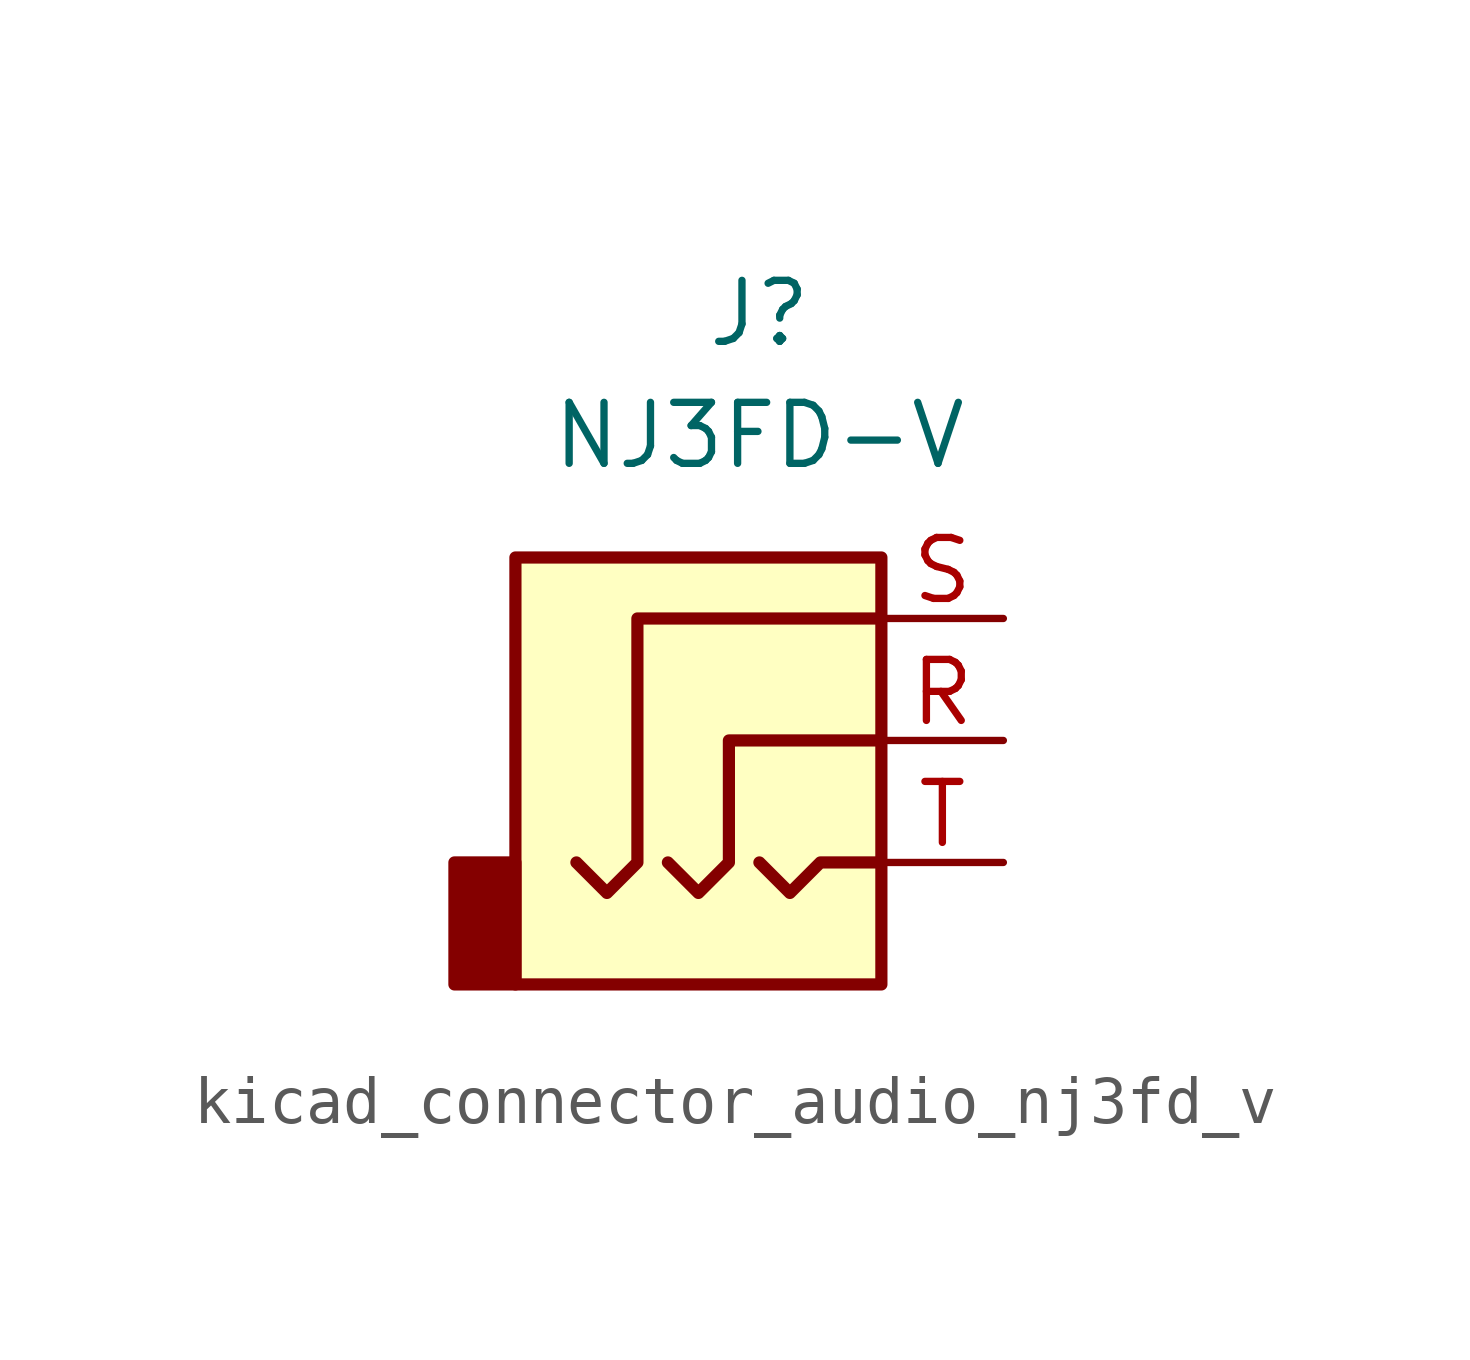
<source format=kicad_sym>
(kicad_symbol_lib
  (version 20220914)
  (generator kicad_symbol_editor)
  (symbol "kicad_connector_audio_nj3fd_v"
    (property "Reference" "J"
      (at 0 8.89 0)
      (effects (font (size 1.27 1.27))))
    (property "Value" "NJ3FD-V"
      (at 0 6.35 0)
      (effects (font (size 1.27 1.27))))
    (symbol "kicad_connector_audio_nj3fd_v_0_1"
      (rectangle (start -5.08 -5.08) (end -6.35 -2.54) (stroke (width 0.254) (type default)) (fill (type outline)))
      (polyline (pts (xy 0 -2.54) (xy 0.635 -3.175) (xy 1.27 -2.54) (xy 2.54 -2.54)) (stroke (width 0.254) (type default)) (fill (type none)))
      (polyline (pts (xy -1.905 -2.54) (xy -1.27 -3.175) (xy -0.635 -2.54) (xy -0.635 0) (xy 2.54 0)) (stroke (width 0.254) (type default)) (fill (type none)))
      (polyline (pts (xy 2.54 2.54) (xy -2.54 2.54) (xy -2.54 -2.54) (xy -3.175 -3.175) (xy -3.81 -2.54)) (stroke (width 0.254) (type default)) (fill (type none)))
      (rectangle (start 2.54 3.81) (end -5.08 -5.08) (stroke (width 0.254) (type default)) (fill (type background))))
    (symbol "kicad_connector_audio_nj3fd_v_1_1"
      (pin passive line (at 5.08 0 180) (length 2.54) (name "~" (effects (font (size 1.27 1.27)))) (number "R" (effects (font (size 1.27 1.27)))))
      (pin passive line (at 5.08 2.54 180) (length 2.54) (name "~" (effects (font (size 1.27 1.27)))) (number "S" (effects (font (size 1.27 1.27)))))
      (pin passive line (at 5.08 -2.54 180) (length 2.54) (name "~" (effects (font (size 1.27 1.27)))) (number "T" (effects (font (size 1.27 1.27))))))))
</source>
